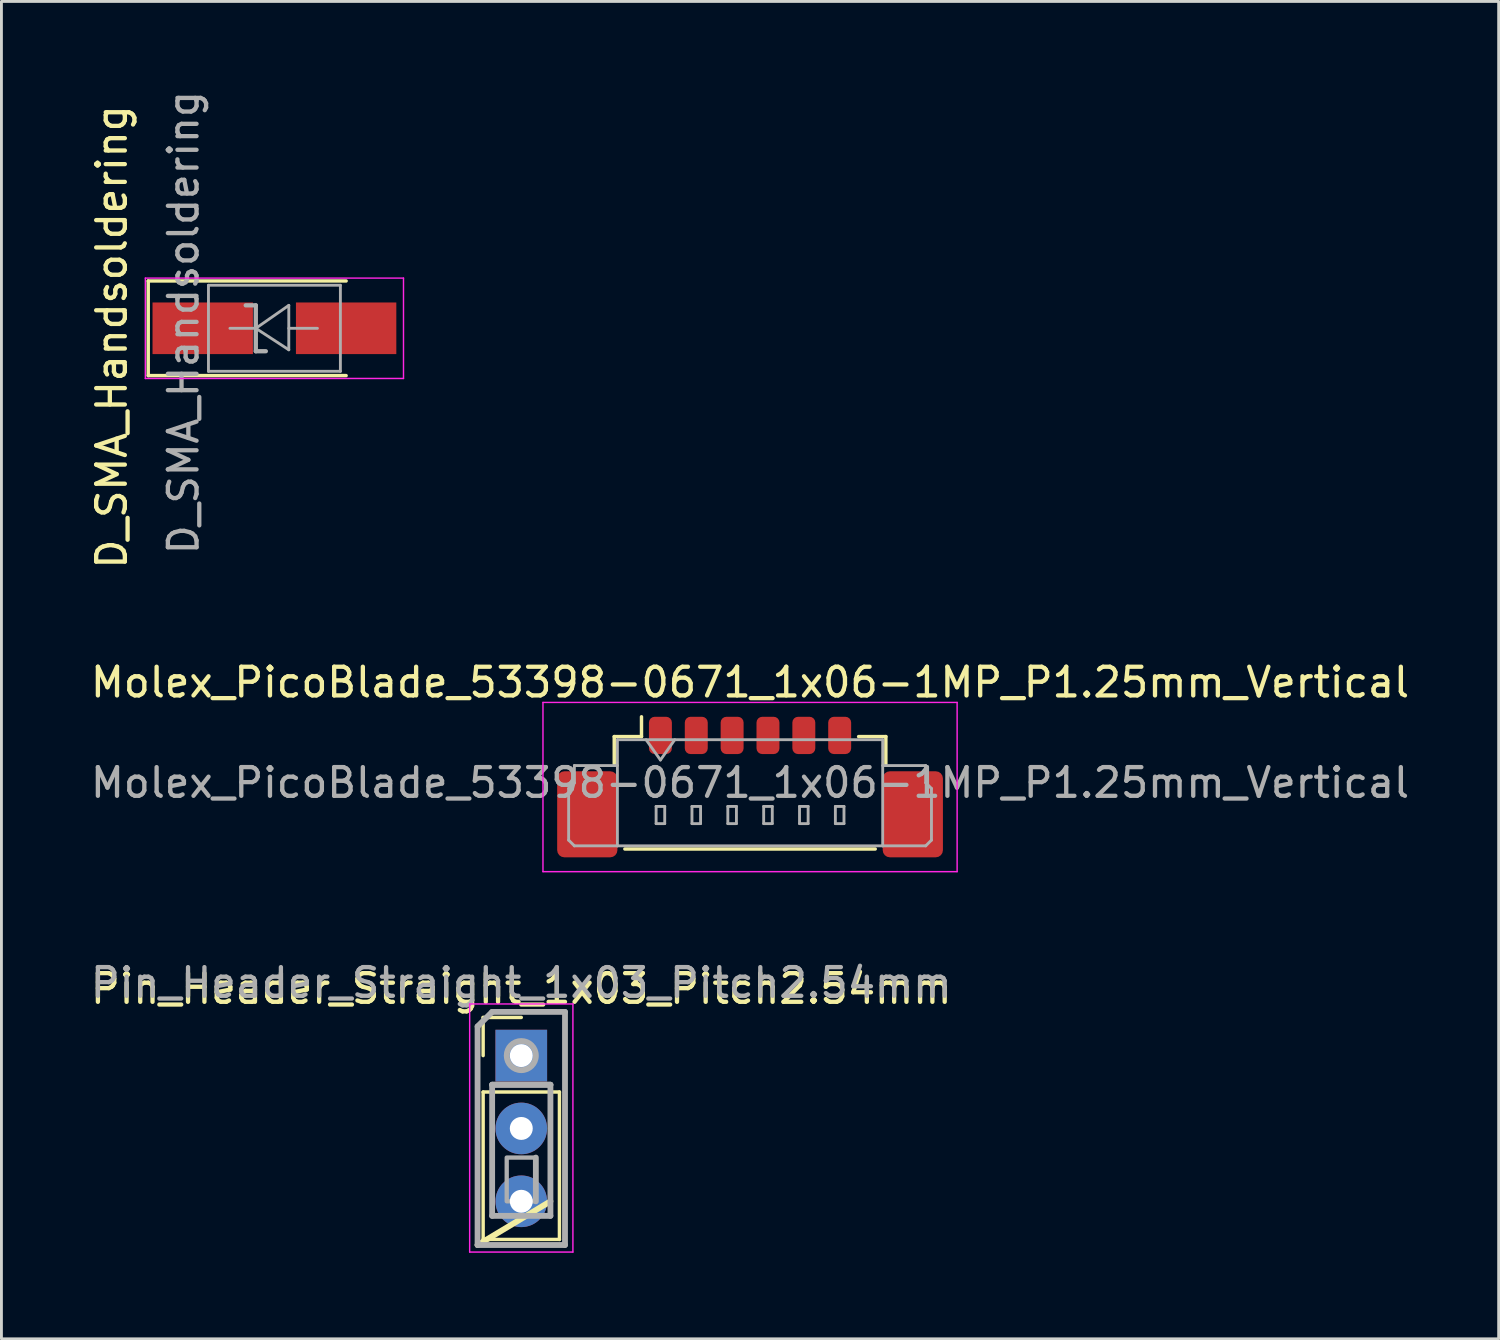
<source format=kicad_pcb>
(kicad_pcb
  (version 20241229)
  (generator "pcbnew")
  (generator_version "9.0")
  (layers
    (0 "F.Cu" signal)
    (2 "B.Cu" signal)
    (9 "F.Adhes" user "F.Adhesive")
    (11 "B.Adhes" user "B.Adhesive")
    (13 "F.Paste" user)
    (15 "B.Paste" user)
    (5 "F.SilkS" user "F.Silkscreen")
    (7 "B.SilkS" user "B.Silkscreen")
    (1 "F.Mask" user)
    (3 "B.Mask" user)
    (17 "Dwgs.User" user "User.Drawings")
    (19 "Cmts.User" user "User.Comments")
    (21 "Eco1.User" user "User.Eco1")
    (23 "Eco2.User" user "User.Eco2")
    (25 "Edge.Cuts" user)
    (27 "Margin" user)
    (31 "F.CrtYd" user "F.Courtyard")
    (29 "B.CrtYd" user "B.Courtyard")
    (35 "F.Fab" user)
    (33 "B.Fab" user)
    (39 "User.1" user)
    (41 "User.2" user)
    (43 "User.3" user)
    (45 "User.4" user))
  (footprint "Molex_PicoBlade_53398-0671_1x06-1MP_P1.25mm_Vertical"
    (layer "F.Cu")
    (at 23.101 23.841)
    (property "Reference" "Molex_PicoBlade_53398-0671_1x06-1MP_P1.25mm_Vertical" (at 0 -3.1 0) (layer "F.SilkS") (effects (font (size 1 1) (thickness 0.15))))
    (attr smd)
    (fp_line (start -4.735 -1.21) (end -3.785 -1.21) (stroke (width 0.12) (type solid)) (layer "F.SilkS"))
    (fp_line (start -4.735 -0.26) (end -4.735 -1.21) (stroke (width 0.12) (type solid)) (layer "F.SilkS"))
    (fp_line (start -4.365 2.71) (end 4.365 2.71) (stroke (width 0.12) (type solid)) (layer "F.SilkS"))
    (fp_line (start -3.785 -1.21) (end -3.785 -1.9) (stroke (width 0.12) (type solid)) (layer "F.SilkS"))
    (fp_line (start 4.735 -1.21) (end 3.785 -1.21) (stroke (width 0.12) (type solid)) (layer "F.SilkS"))
    (fp_line (start 4.735 -0.26) (end 4.735 -1.21) (stroke (width 0.12) (type solid)) (layer "F.SilkS"))
    (fp_line (start -7.22 -2.4) (end -7.22 3.5) (stroke (width 0.05) (type solid)) (layer "F.CrtYd"))
    (fp_line (start -7.22 3.5) (end 7.22 3.5) (stroke (width 0.05) (type solid)) (layer "F.CrtYd"))
    (fp_line (start 7.22 -2.4) (end -7.22 -2.4) (stroke (width 0.05) (type solid)) (layer "F.CrtYd"))
    (fp_line (start 7.22 3.5) (end 7.22 -2.4) (stroke (width 0.05) (type solid)) (layer "F.CrtYd"))
    (fp_line (start -6.325 0.6) (end -6.125 0.4) (stroke (width 0.1) (type solid)) (layer "F.Fab"))
    (fp_line (start -6.325 2.4) (end -6.325 0.6) (stroke (width 0.1) (type solid)) (layer "F.Fab"))
    (fp_line (start -6.125 -0.2) (end -4.625 -0.2) (stroke (width 0.1) (type solid)) (layer "F.Fab"))
    (fp_line (start -6.125 0.4) (end -6.125 -0.2) (stroke (width 0.1) (type solid)) (layer "F.Fab"))
    (fp_line (start -6.125 2.6) (end -6.325 2.4) (stroke (width 0.1) (type solid)) (layer "F.Fab"))
    (fp_line (start -4.625 -1.1) (end -4.625 2.6) (stroke (width 0.1) (type solid)) (layer "F.Fab"))
    (fp_line (start -4.625 -1.1) (end 4.625 -1.1) (stroke (width 0.1) (type solid)) (layer "F.Fab"))
    (fp_line (start -4.625 2.6) (end -6.125 2.6) (stroke (width 0.1) (type solid)) (layer "F.Fab"))
    (fp_line (start -4.625 2.6) (end 4.625 2.6) (stroke (width 0.1) (type solid)) (layer "F.Fab"))
    (fp_line (start -3.625 -1.1) (end -3.125 -0.393) (stroke (width 0.1) (type solid)) (layer "F.Fab"))
    (fp_line (start -3.275 1.225) (end -3.275 1.825) (stroke (width 0.1) (type solid)) (layer "F.Fab"))
    (fp_line (start -3.275 1.825) (end -2.975 1.825) (stroke (width 0.1) (type solid)) (layer "F.Fab"))
    (fp_line (start -3.125 -0.393) (end -2.625 -1.1) (stroke (width 0.1) (type solid)) (layer "F.Fab"))
    (fp_line (start -2.975 1.225) (end -3.275 1.225) (stroke (width 0.1) (type solid)) (layer "F.Fab"))
    (fp_line (start -2.975 1.825) (end -2.975 1.225) (stroke (width 0.1) (type solid)) (layer "F.Fab"))
    (fp_line (start -2.025 1.225) (end -2.025 1.825) (stroke (width 0.1) (type solid)) (layer "F.Fab"))
    (fp_line (start -2.025 1.825) (end -1.725 1.825) (stroke (width 0.1) (type solid)) (layer "F.Fab"))
    (fp_line (start -1.725 1.225) (end -2.025 1.225) (stroke (width 0.1) (type solid)) (layer "F.Fab"))
    (fp_line (start -1.725 1.825) (end -1.725 1.225) (stroke (width 0.1) (type solid)) (layer "F.Fab"))
    (fp_line (start -0.775 1.225) (end -0.775 1.825) (stroke (width 0.1) (type solid)) (layer "F.Fab"))
    (fp_line (start -0.775 1.825) (end -0.475 1.825) (stroke (width 0.1) (type solid)) (layer "F.Fab"))
    (fp_line (start -0.475 1.225) (end -0.775 1.225) (stroke (width 0.1) (type solid)) (layer "F.Fab"))
    (fp_line (start -0.475 1.825) (end -0.475 1.225) (stroke (width 0.1) (type solid)) (layer "F.Fab"))
    (fp_line (start 0.475 1.225) (end 0.475 1.825) (stroke (width 0.1) (type solid)) (layer "F.Fab"))
    (fp_line (start 0.475 1.825) (end 0.775 1.825) (stroke (width 0.1) (type solid)) (layer "F.Fab"))
    (fp_line (start 0.775 1.225) (end 0.475 1.225) (stroke (width 0.1) (type solid)) (layer "F.Fab"))
    (fp_line (start 0.775 1.825) (end 0.775 1.225) (stroke (width 0.1) (type solid)) (layer "F.Fab"))
    (fp_line (start 1.725 1.225) (end 1.725 1.825) (stroke (width 0.1) (type solid)) (layer "F.Fab"))
    (fp_line (start 1.725 1.825) (end 2.025 1.825) (stroke (width 0.1) (type solid)) (layer "F.Fab"))
    (fp_line (start 2.025 1.225) (end 1.725 1.225) (stroke (width 0.1) (type solid)) (layer "F.Fab"))
    (fp_line (start 2.025 1.825) (end 2.025 1.225) (stroke (width 0.1) (type solid)) (layer "F.Fab"))
    (fp_line (start 2.975 1.225) (end 2.975 1.825) (stroke (width 0.1) (type solid)) (layer "F.Fab"))
    (fp_line (start 2.975 1.825) (end 3.275 1.825) (stroke (width 0.1) (type solid)) (layer "F.Fab"))
    (fp_line (start 3.275 1.225) (end 2.975 1.225) (stroke (width 0.1) (type solid)) (layer "F.Fab"))
    (fp_line (start 3.275 1.825) (end 3.275 1.225) (stroke (width 0.1) (type solid)) (layer "F.Fab"))
    (fp_line (start 4.625 -1.1) (end 4.625 2.6) (stroke (width 0.1) (type solid)) (layer "F.Fab"))
    (fp_line (start 4.625 2.6) (end 6.125 2.6) (stroke (width 0.1) (type solid)) (layer "F.Fab"))
    (fp_line (start 6.125 -0.2) (end 4.625 -0.2) (stroke (width 0.1) (type solid)) (layer "F.Fab"))
    (fp_line (start 6.125 0.4) (end 6.125 -0.2) (stroke (width 0.1) (type solid)) (layer "F.Fab"))
    (fp_line (start 6.125 2.6) (end 6.325 2.4) (stroke (width 0.1) (type solid)) (layer "F.Fab"))
    (fp_line (start 6.325 0.6) (end 6.125 0.4) (stroke (width 0.1) (type solid)) (layer "F.Fab"))
    (fp_line (start 6.325 2.4) (end 6.325 0.6) (stroke (width 0.1) (type solid)) (layer "F.Fab"))
    (fp_text user "${REFERENCE}" (at 0 0.4 0) (layer "F.Fab") (effects (font (size 1 1) (thickness 0.15))))
    (pad "1" smd roundrect (at -3.125 -1.25) (size 0.8 1.3) (layers "F.Cu" "F.Mask" "F.Paste") (roundrect_rratio 0.25))
    (pad "2" smd roundrect (at -1.875 -1.25) (size 0.8 1.3) (layers "F.Cu" "F.Mask" "F.Paste") (roundrect_rratio 0.25))
    (pad "3" smd roundrect (at -0.625 -1.25) (size 0.8 1.3) (layers "F.Cu" "F.Mask" "F.Paste") (roundrect_rratio 0.25))
    (pad "4" smd roundrect (at 0.625 -1.25) (size 0.8 1.3) (layers "F.Cu" "F.Mask" "F.Paste") (roundrect_rratio 0.25))
    (pad "5" smd roundrect (at 1.875 -1.25) (size 0.8 1.3) (layers "F.Cu" "F.Mask" "F.Paste") (roundrect_rratio 0.25))
    (pad "6" smd roundrect (at 3.125 -1.25) (size 0.8 1.3) (layers "F.Cu" "F.Mask" "F.Paste") (roundrect_rratio 0.25))
    (pad "MP" smd roundrect (at -5.675 1.5) (size 2.1 3) (layers "F.Cu" "F.Mask" "F.Paste") (roundrect_rratio 0.119))
    (pad "MP" smd roundrect (at 5.675 1.5) (size 2.1 3) (layers "F.Cu" "F.Mask" "F.Paste") (roundrect_rratio 0.119)))
  (footprint "Pin_Header_Straight_1x03_Pitch2.54mm"
    (layer "F.Cu")
    (at 15.125 33.754)
    (property "Reference" "Pin_Header_Straight_1x03_Pitch2.54mm" (at 0 -2.33 0) (layer "F.SilkS") (effects (font (size 1 1) (thickness 0.15))))
    (attr through_hole)
    (fp_line (start -1.524 6.604) (end 1.016 5.08) (stroke (width 0.203) (type solid)) (layer "F.SilkS"))
    (fp_line (start -1.33 -1.33) (end 0 -1.33) (stroke (width 0.12) (type solid)) (layer "F.SilkS"))
    (fp_line (start -1.33 0) (end -1.33 -1.33) (stroke (width 0.12) (type solid)) (layer "F.SilkS"))
    (fp_line (start -1.33 1.27) (end -1.33 6.41) (stroke (width 0.12) (type solid)) (layer "F.SilkS"))
    (fp_line (start -1.33 1.27) (end 1.33 1.27) (stroke (width 0.12) (type solid)) (layer "F.SilkS"))
    (fp_line (start -1.33 6.41) (end 1.33 6.41) (stroke (width 0.12) (type solid)) (layer "F.SilkS"))
    (fp_line (start 1.33 1.27) (end 1.33 6.41) (stroke (width 0.12) (type solid)) (layer "F.SilkS"))
    (fp_line (start -1.8 -1.8) (end -1.8 6.85) (stroke (width 0.05) (type solid)) (layer "F.CrtYd"))
    (fp_line (start -1.8 6.85) (end 1.8 6.85) (stroke (width 0.05) (type solid)) (layer "F.CrtYd"))
    (fp_line (start 1.8 -1.8) (end -1.8 -1.8) (stroke (width 0.05) (type solid)) (layer "F.CrtYd"))
    (fp_line (start 1.8 6.85) (end 1.8 -1.8) (stroke (width 0.05) (type solid)) (layer "F.CrtYd"))
    (fp_line (start -1.524 -1.016) (end -1.016 -1.524) (stroke (width 0.203) (type solid)) (layer "F.Fab"))
    (fp_line (start -1.524 6.604) (end -1.524 -1.016) (stroke (width 0.203) (type solid)) (layer "F.Fab"))
    (fp_line (start -1.016 -1.524) (end 1.524 -1.524) (stroke (width 0.203) (type solid)) (layer "F.Fab"))
    (fp_line (start -1.016 1.016) (end 1.016 1.016) (stroke (width 0.203) (type solid)) (layer "F.Fab"))
    (fp_line (start -1.016 1.016) (end 1.016 1.016) (stroke (width 0.203) (type solid)) (layer "F.Fab"))
    (fp_line (start -1.016 5.588) (end -1.016 1.016) (stroke (width 0.203) (type solid)) (layer "F.Fab"))
    (fp_line (start -1.016 5.588) (end 1.016 5.588) (stroke (width 0.203) (type solid)) (layer "F.Fab"))
    (fp_line (start 0.508 3.556) (end 0.508 5.08) (stroke (width 0.203) (type solid)) (layer "F.Fab"))
    (fp_line (start 1.016 1.016) (end 1.016 5.588) (stroke (width 0.203) (type solid)) (layer "F.Fab"))
    (fp_line (start 1.524 -1.524) (end 1.524 6.604) (stroke (width 0.203) (type solid)) (layer "F.Fab"))
    (fp_line (start 1.524 6.604) (end -1.524 6.604) (stroke (width 0.203) (type solid)) (layer "F.Fab"))
    (fp_circle (center 0 0) (end 0 -0.508) (stroke (width 0.203) (type solid)) (fill no) (layer "F.Fab"))
    (fp_poly (pts (xy -0.508 5.08) (xy -0.508 3.556) (xy 0.508 3.556) (xy 0.508 5.08)) (stroke (width 0.15) (type solid)) (fill no) (layer "F.Fab"))
    (fp_text user "${REFERENCE}" (at 0 -2.54 180) (layer "F.Fab") (effects (font (size 1 1) (thickness 0.15))))
    (pad "1" thru_hole rect (at 0 0) (size 1.8 1.8) (drill 0.8) (layers "*.Cu" "*.Mask"))
    (pad "2" thru_hole oval (at 0 2.54) (size 1.8 1.8) (drill 0.8) (layers "*.Cu" "*.Mask"))
    (pad "3" thru_hole oval (at 0 5.08) (size 1.8 1.8) (drill 0.8) (layers "*.Cu" "*.Mask")))
  (footprint "D_SMA_Handsoldering"
    (layer "F.Cu")
    (at 6.518 8.396)
    (property "Reference" "D_SMA_Handsoldering" (at -5.67 0.3 90) (layer "F.SilkS") (effects (font (size 1 1) (thickness 0.15))))
    (attr smd)
    (fp_line (start -4.4 -1.65) (end -4.4 1.65) (stroke (width 0.12) (type solid)) (layer "F.SilkS"))
    (fp_line (start -4.4 -1.65) (end 2.5 -1.65) (stroke (width 0.12) (type solid)) (layer "F.SilkS"))
    (fp_line (start -4.4 1.65) (end 2.5 1.65) (stroke (width 0.12) (type solid)) (layer "F.SilkS"))
    (fp_line (start -4.5 -1.75) (end 4.5 -1.75) (stroke (width 0.05) (type solid)) (layer "F.CrtYd"))
    (fp_line (start -4.5 1.75) (end -4.5 -1.75) (stroke (width 0.05) (type solid)) (layer "F.CrtYd"))
    (fp_line (start 4.5 -1.75) (end 4.5 1.75) (stroke (width 0.05) (type solid)) (layer "F.CrtYd"))
    (fp_line (start 4.5 1.75) (end -4.5 1.75) (stroke (width 0.05) (type solid)) (layer "F.CrtYd"))
    (fp_line (start -2.3 1.5) (end -2.3 -1.5) (stroke (width 0.1) (type solid)) (layer "F.Fab"))
    (fp_line (start -0.65 -0.8) (end -1 -0.8) (stroke (width 0.15) (type solid)) (layer "F.Fab"))
    (fp_line (start -0.65 0.8) (end -0.3 0.8) (stroke (width 0.15) (type solid)) (layer "F.Fab"))
    (fp_line (start -0.649 -0.799) (end -0.649 0.801) (stroke (width 0.15) (type solid)) (layer "F.Fab"))
    (fp_line (start -0.649 0.001) (end -1.551 0.001) (stroke (width 0.1) (type solid)) (layer "F.Fab"))
    (fp_line (start -0.649 0.001) (end 0.501 -0.799) (stroke (width 0.1) (type solid)) (layer "F.Fab"))
    (fp_line (start -0.649 0.001) (end 0.501 0.75) (stroke (width 0.1) (type solid)) (layer "F.Fab"))
    (fp_line (start 0.501 0.001) (end 1.499 0.001) (stroke (width 0.1) (type solid)) (layer "F.Fab"))
    (fp_line (start 0.501 0.75) (end 0.501 -0.799) (stroke (width 0.1) (type solid)) (layer "F.Fab"))
    (fp_line (start 2.3 -1.5) (end -2.3 -1.5) (stroke (width 0.1) (type solid)) (layer "F.Fab"))
    (fp_line (start 2.3 -1.5) (end 2.3 1.5) (stroke (width 0.1) (type solid)) (layer "F.Fab"))
    (fp_line (start 2.3 1.5) (end -2.3 1.5) (stroke (width 0.1) (type solid)) (layer "F.Fab"))
    (fp_text user "${REFERENCE}" (at -3.17 -0.2 90) (layer "F.Fab") (effects (font (size 1 1) (thickness 0.15))))
    (pad "1" smd rect (at -2.5 0) (size 3.5 1.8) (layers "F.Cu" "F.Mask" "F.Paste"))
    (pad "2" smd rect (at 2.5 0) (size 3.5 1.8) (layers "F.Cu" "F.Mask" "F.Paste")))
  (gr_rect
    (start -3 -3)
    (end 49.202 43.629)
    (stroke (width 0.1) (type default))
    (fill no)
    (layer "Edge.Cuts")))
</source>
